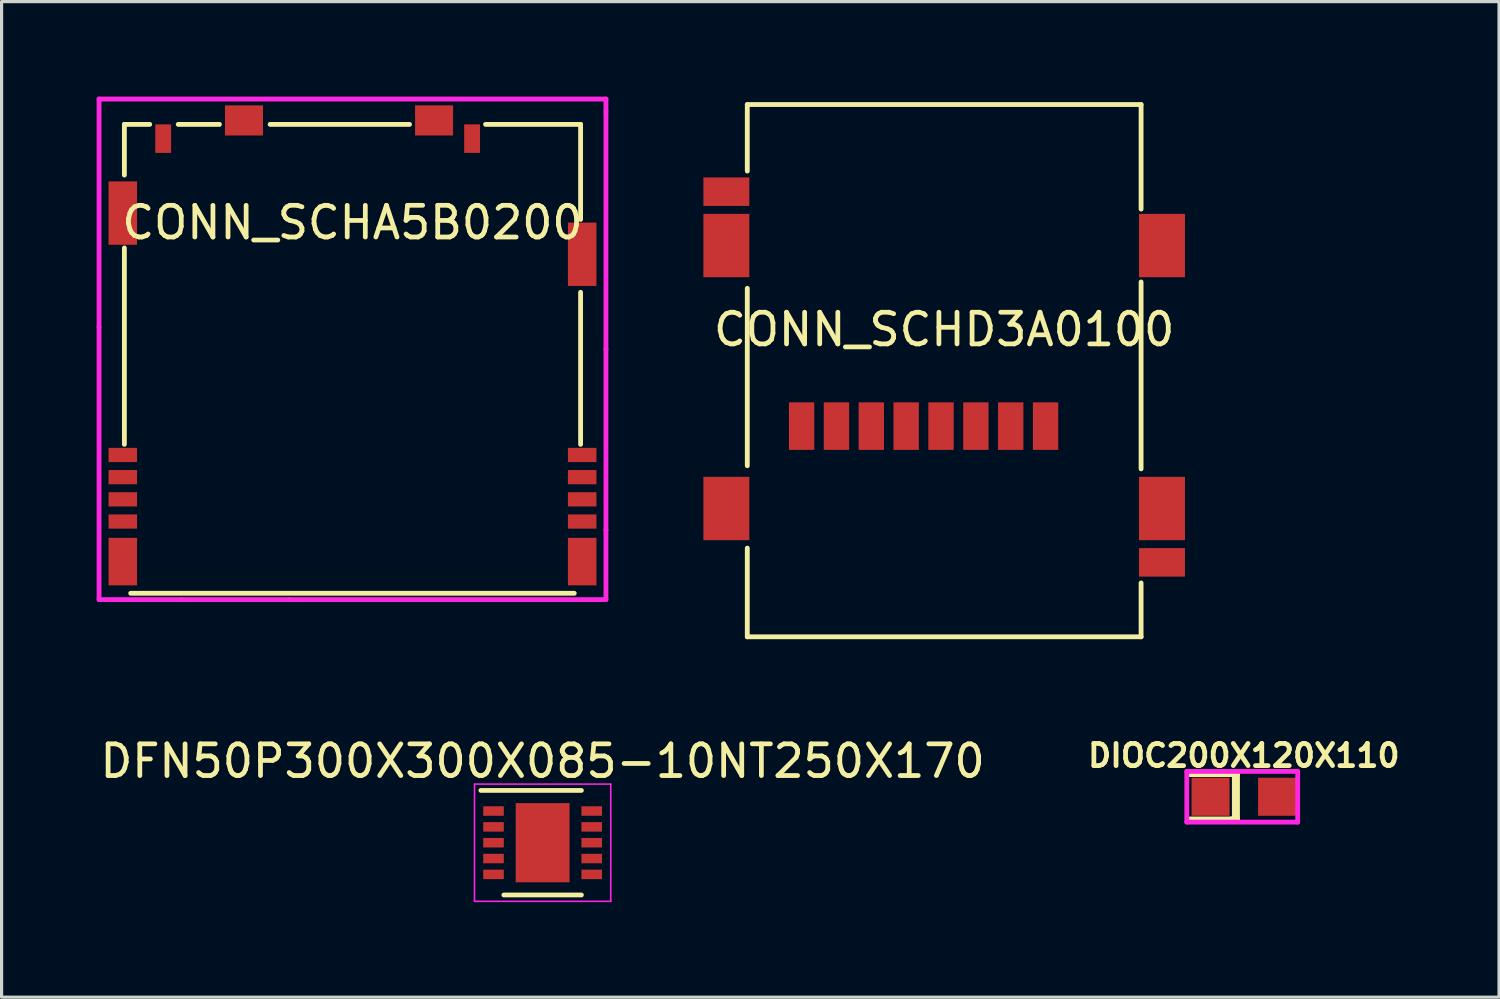
<source format=kicad_pcb>
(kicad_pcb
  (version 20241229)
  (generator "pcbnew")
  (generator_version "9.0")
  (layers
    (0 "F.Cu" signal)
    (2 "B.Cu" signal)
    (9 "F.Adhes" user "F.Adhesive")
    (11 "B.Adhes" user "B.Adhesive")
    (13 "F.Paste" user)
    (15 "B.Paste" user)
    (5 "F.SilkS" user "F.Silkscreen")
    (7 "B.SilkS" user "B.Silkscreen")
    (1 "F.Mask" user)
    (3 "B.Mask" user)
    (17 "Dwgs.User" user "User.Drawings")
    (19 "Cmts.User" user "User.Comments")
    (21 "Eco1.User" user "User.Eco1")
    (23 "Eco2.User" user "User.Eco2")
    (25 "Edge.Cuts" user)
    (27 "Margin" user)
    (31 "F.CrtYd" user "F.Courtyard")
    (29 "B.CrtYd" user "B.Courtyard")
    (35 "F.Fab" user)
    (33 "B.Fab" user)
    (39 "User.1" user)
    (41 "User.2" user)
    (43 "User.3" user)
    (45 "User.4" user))
  (footprint "DIOC200X120X110"
    (layer "F.Cu")
    (at 36.21 22.099)
    (property "Reference" "DIOC200X120X110" (at 0 -1.3 0) (layer "F.SilkS") (effects (font (size 0.7 0.7) (thickness 0.15))))
    (attr through_hole)
    (fp_line (start -1.7 0.7) (end -0.3 0.7) (stroke (width 0.152) (type solid)) (layer "F.SilkS"))
    (fp_line (start -0.3 -0.7) (end -1.7 -0.7) (stroke (width 0.152) (type solid)) (layer "F.SilkS"))
    (fp_line (start -0.3 0.7) (end -0.3 -0.7) (stroke (width 0.152) (type solid)) (layer "F.SilkS"))
    (fp_line (start -0.2 -0.7) (end -0.4 -0.7) (stroke (width 0.152) (type solid)) (layer "F.SilkS"))
    (fp_line (start -0.2 -0.7) (end -0.2 0.7) (stroke (width 0.152) (type solid)) (layer "F.SilkS"))
    (fp_line (start -0.2 0.7) (end -0.4 0.7) (stroke (width 0.152) (type solid)) (layer "F.SilkS"))
    (fp_line (start -1.8 -0.8) (end 1.7 -0.8) (stroke (width 0.152) (type solid)) (layer "F.CrtYd"))
    (fp_line (start -1.8 0.8) (end -1.8 -0.8) (stroke (width 0.152) (type solid)) (layer "F.CrtYd"))
    (fp_line (start 1.7 -0.8) (end 1.7 0.8) (stroke (width 0.152) (type solid)) (layer "F.CrtYd"))
    (fp_line (start 1.7 0.8) (end -1.8 0.8) (stroke (width 0.152) (type solid)) (layer "F.CrtYd"))
    (pad "1" smd rect (at -1.05 0) (size 1.2 1.2) (layers "F.Cu" "F.Mask" "F.Paste"))
    (pad "2" smd rect (at 1.05 0) (size 1.2 1.2) (layers "F.Cu" "F.Mask" "F.Paste")))
  (footprint "CONN_SCHA5B0200"
    (layer "F.Cu")
    (at 8.076 1.076)
    (property "Reference" "CONN_SCHA5B0200" (at 0 2.9 0) (layer "F.SilkS") (effects (font (size 1 1) (thickness 0.15))))
    (attr through_hole)
    (fp_line (start -7.2 -0.2) (end -7.2 1.4) (stroke (width 0.152) (type solid)) (layer "F.SilkS"))
    (fp_line (start -7.2 9.9) (end -7.2 3.7) (stroke (width 0.152) (type solid)) (layer "F.SilkS"))
    (fp_line (start -7 14.6) (end 7 14.6) (stroke (width 0.152) (type solid)) (layer "F.SilkS"))
    (fp_line (start -6.4 -0.2) (end -7.2 -0.2) (stroke (width 0.152) (type solid)) (layer "F.SilkS"))
    (fp_line (start -4.2 -0.2) (end -5.5 -0.2) (stroke (width 0.152) (type solid)) (layer "F.SilkS"))
    (fp_line (start 1.8 -0.2) (end -2.6 -0.2) (stroke (width 0.152) (type solid)) (layer "F.SilkS"))
    (fp_line (start 7.2 -0.2) (end 4.2 -0.2) (stroke (width 0.152) (type solid)) (layer "F.SilkS"))
    (fp_line (start 7.2 2.8) (end 7.2 -0.2) (stroke (width 0.152) (type solid)) (layer "F.SilkS"))
    (fp_line (start 7.2 9.9) (end 7.2 5.1) (stroke (width 0.152) (type solid)) (layer "F.SilkS"))
    (fp_line (start -8 -1) (end -8 6.2) (stroke (width 0.152) (type solid)) (layer "F.CrtYd"))
    (fp_line (start -8 6.2) (end -8 14.8) (stroke (width 0.152) (type solid)) (layer "F.CrtYd"))
    (fp_line (start -8 14.8) (end -5.4 14.8) (stroke (width 0.152) (type solid)) (layer "F.CrtYd"))
    (fp_line (start -5.4 14.8) (end -2 14.8) (stroke (width 0.152) (type solid)) (layer "F.CrtYd"))
    (fp_line (start -2 14.8) (end 8 14.8) (stroke (width 0.152) (type solid)) (layer "F.CrtYd"))
    (fp_line (start 8 -1) (end -8 -1) (stroke (width 0.152) (type solid)) (layer "F.CrtYd"))
    (fp_line (start 8 -0.6) (end 8 -1) (stroke (width 0.152) (type solid)) (layer "F.CrtYd"))
    (fp_line (start 8 6.9) (end 8 -0.6) (stroke (width 0.152) (type solid)) (layer "F.CrtYd"))
    (fp_line (start 8 12.6) (end 8 6.9) (stroke (width 0.152) (type solid)) (layer "F.CrtYd"))
    (fp_line (start 8 14.8) (end 8 12.6) (stroke (width 0.152) (type solid)) (layer "F.CrtYd"))
    (pad "1" smd rect (at 7.25 10.235) (size 0.9 0.45) (layers "F.Cu" "F.Mask" "F.Paste"))
    (pad "2" smd rect (at 7.25 10.935) (size 0.9 0.45) (layers "F.Cu" "F.Mask" "F.Paste"))
    (pad "3" smd rect (at 7.25 11.635) (size 0.9 0.45) (layers "F.Cu" "F.Mask" "F.Paste"))
    (pad "4" smd rect (at 7.25 12.335) (size 0.9 0.45) (layers "F.Cu" "F.Mask" "F.Paste"))
    (pad "5" smd rect (at -7.25 12.335) (size 0.9 0.45) (layers "F.Cu" "F.Mask" "F.Paste"))
    (pad "6" smd rect (at -7.25 11.635) (size 0.9 0.45) (layers "F.Cu" "F.Mask" "F.Paste"))
    (pad "7" smd rect (at -7.25 10.935) (size 0.9 0.45) (layers "F.Cu" "F.Mask" "F.Paste"))
    (pad "8" smd rect (at -7.25 10.235) (size 0.9 0.45) (layers "F.Cu" "F.Mask" "F.Paste"))
    (pad "SHLD" smd rect (at -7.25 2.6) (size 0.9 2) (layers "F.Cu" "F.Mask" "F.Paste"))
    (pad "SHLD" smd rect (at -7.25 13.6) (size 0.9 1.5) (layers "F.Cu" "F.Mask" "F.Paste"))
    (pad "SHLD" smd rect (at -5.975 0.25) (size 0.5 0.9) (layers "F.Cu" "F.Mask" "F.Paste"))
    (pad "SHLD" smd rect (at -3.425 -0.325) (size 1.2 0.95) (layers "F.Cu" "F.Mask" "F.Paste"))
    (pad "SHLD" smd rect (at 2.575 -0.325) (size 1.2 0.95) (layers "F.Cu" "F.Mask" "F.Paste"))
    (pad "SHLD" smd rect (at 3.775 0.25) (size 0.5 0.9) (layers "F.Cu" "F.Mask" "F.Paste"))
    (pad "SHLD" smd rect (at 7.25 3.9) (size 0.9 2) (layers "F.Cu" "F.Mask" "F.Paste"))
    (pad "SHLD" smd rect (at 7.25 13.6) (size 0.9 1.5) (layers "F.Cu" "F.Mask" "F.Paste")))
  (footprint "CONN_SCHD3A0100"
    (layer "F.Cu")
    (at 26.752 0.25)
    (property "Reference" "CONN_SCHD3A0100" (at 0 7.1 0) (layer "F.SilkS") (effects (font (size 1 1) (thickness 0.15))))
    (attr through_hole)
    (fp_line (start -6.215 0) (end -6.215 2.1) (stroke (width 0.152) (type solid)) (layer "F.SilkS"))
    (fp_line (start -6.215 0) (end 6.215 0) (stroke (width 0.152) (type solid)) (layer "F.SilkS"))
    (fp_line (start -6.215 5.8) (end -6.215 11.4) (stroke (width 0.152) (type solid)) (layer "F.SilkS"))
    (fp_line (start -6.215 14) (end -6.215 16.8) (stroke (width 0.152) (type solid)) (layer "F.SilkS"))
    (fp_line (start -6.215 16.8) (end 6.215 16.8) (stroke (width 0.152) (type solid)) (layer "F.SilkS"))
    (fp_line (start 6.215 0) (end 6.215 3.3) (stroke (width 0.152) (type solid)) (layer "F.SilkS"))
    (fp_line (start 6.215 5.6) (end 6.215 11.5) (stroke (width 0.152) (type solid)) (layer "F.SilkS"))
    (fp_line (start 6.215 16.8) (end 6.215 15.1) (stroke (width 0.152) (type solid)) (layer "F.SilkS"))
    (pad "1" smd rect (at 3.2 10.15) (size 0.8 1.5) (layers "F.Cu" "F.Mask" "F.Paste"))
    (pad "2" smd rect (at 2.1 10.15) (size 0.8 1.5) (layers "F.Cu" "F.Mask" "F.Paste"))
    (pad "3" smd rect (at 1 10.15) (size 0.8 1.5) (layers "F.Cu" "F.Mask" "F.Paste"))
    (pad "4" smd rect (at -0.1 10.15) (size 0.8 1.5) (layers "F.Cu" "F.Mask" "F.Paste"))
    (pad "5" smd rect (at -1.2 10.15) (size 0.8 1.5) (layers "F.Cu" "F.Mask" "F.Paste"))
    (pad "6" smd rect (at -2.3 10.15) (size 0.8 1.5) (layers "F.Cu" "F.Mask" "F.Paste"))
    (pad "7" smd rect (at -3.4 10.15) (size 0.8 1.5) (layers "F.Cu" "F.Mask" "F.Paste"))
    (pad "8" smd rect (at -4.5 10.15) (size 0.8 1.5) (layers "F.Cu" "F.Mask" "F.Paste"))
    (pad "SHLD" smd rect (at -6.875 2.75) (size 1.45 0.9) (layers "F.Cu" "F.Mask" "F.Paste"))
    (pad "SHLD" smd rect (at -6.875 4.45) (size 1.45 2) (layers "F.Cu" "F.Mask" "F.Paste"))
    (pad "SHLD" smd rect (at -6.875 12.75) (size 1.45 2) (layers "F.Cu" "F.Mask" "F.Paste"))
    (pad "SHLD" smd rect (at 6.875 4.45) (size 1.45 2) (layers "F.Cu" "F.Mask" "F.Paste"))
    (pad "SHLD" smd rect (at 6.875 12.75) (size 1.45 2) (layers "F.Cu" "F.Mask" "F.Paste"))
    (pad "SHLD" smd rect (at 6.875 14.45) (size 1.45 0.9) (layers "F.Cu" "F.Mask" "F.Paste")))
  (footprint "DFN50P300X300X085-10NT250X170"
    (layer "F.Cu")
    (at 14.077 23.549)
    (property "Reference" "DFN50P300X300X085-10NT250X170" (at 0 -2.575 0) (layer "F.SilkS") (effects (font (size 1 1) (thickness 0.15))))
    (attr smd)
    (fp_line (start -1.95 -1.65) (end 1.225 -1.65) (stroke (width 0.15) (type solid)) (layer "F.SilkS"))
    (fp_line (start -1.225 1.65) (end 1.225 1.65) (stroke (width 0.15) (type solid)) (layer "F.SilkS"))
    (fp_line (start -2.15 -1.85) (end -2.15 1.85) (stroke (width 0.05) (type solid)) (layer "F.CrtYd"))
    (fp_line (start -2.15 -1.85) (end 2.15 -1.85) (stroke (width 0.05) (type solid)) (layer "F.CrtYd"))
    (fp_line (start -2.15 1.85) (end 2.15 1.85) (stroke (width 0.05) (type solid)) (layer "F.CrtYd"))
    (fp_line (start 2.15 -1.85) (end 2.15 1.85) (stroke (width 0.05) (type solid)) (layer "F.CrtYd"))
    (pad "1" smd rect (at -1.55 -1) (size 0.65 0.3) (layers "F.Cu" "F.Mask" "F.Paste"))
    (pad "2" smd rect (at -1.55 -0.5) (size 0.65 0.3) (layers "F.Cu" "F.Mask" "F.Paste"))
    (pad "3" smd rect (at -1.55 0) (size 0.65 0.3) (layers "F.Cu" "F.Mask" "F.Paste"))
    (pad "4" smd rect (at -1.55 0.5) (size 0.65 0.3) (layers "F.Cu" "F.Mask" "F.Paste"))
    (pad "5" smd rect (at -1.55 1) (size 0.65 0.3) (layers "F.Cu" "F.Mask" "F.Paste"))
    (pad "6" smd rect (at 1.55 1) (size 0.65 0.3) (layers "F.Cu" "F.Mask" "F.Paste"))
    (pad "7" smd rect (at 1.55 0.5) (size 0.65 0.3) (layers "F.Cu" "F.Mask" "F.Paste"))
    (pad "8" smd rect (at 1.55 0) (size 0.65 0.3) (layers "F.Cu" "F.Mask" "F.Paste"))
    (pad "9" smd rect (at 1.55 -0.5) (size 0.65 0.3) (layers "F.Cu" "F.Mask" "F.Paste"))
    (pad "10" smd rect (at 1.55 -1) (size 0.65 0.3) (layers "F.Cu" "F.Mask" "F.Paste"))
    (pad "11" smd rect (at 0 0) (size 1.7 2.5) (layers "F.Cu" "F.Mask" "F.Paste")))
  (gr_rect
    (start -3 -3)
    (end 44.265 28.424)
    (stroke (width 0.1) (type default))
    (fill no)
    (layer "Edge.Cuts")))
</source>
